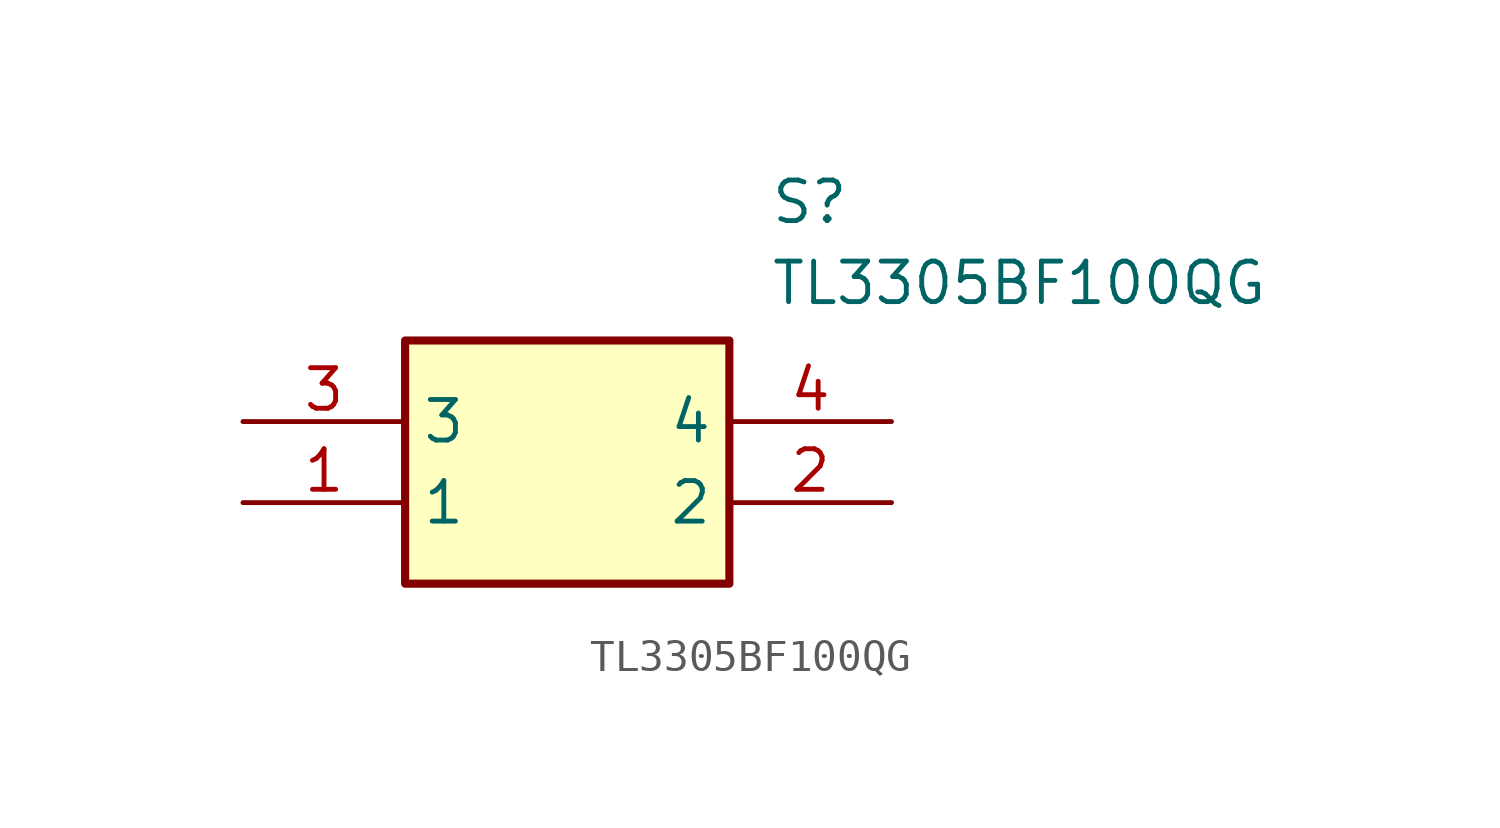
<source format=kicad_sym>
(kicad_symbol_lib
  (version 20211014)
  (generator SamacSys_ECAD_Model)
  (symbol "TL3305BF100QG"
    (property "Reference" "S"
      (at 16.51 7.62 0)
      (effects (font (size 1.27 1.27)) (justify left top)))
    (property "Value" "TL3305BF100QG"
      (at 16.51 5.08 0)
      (effects (font (size 1.27 1.27)) (justify left top)))
    (rectangle
      (start 5.08 2.54)
      (end 15.24 -5.08)
      (stroke (width 0.254) (type default))
      (fill (type background)))
    (pin passive line
      (at 0 -2.54 0)
      (length 5.08)
      (name "1" (effects (font (size 1.27 1.27))))
      (number "1" (effects (font (size 1.27 1.27)))))
    (pin passive line
      (at 20.32 -2.54 180)
      (length 5.08)
      (name "2" (effects (font (size 1.27 1.27))))
      (number "2" (effects (font (size 1.27 1.27)))))
    (pin passive line
      (at 0 0 0)
      (length 5.08)
      (name "3" (effects (font (size 1.27 1.27))))
      (number "3" (effects (font (size 1.27 1.27)))))
    (pin passive line
      (at 20.32 0 180)
      (length 5.08)
      (name "4" (effects (font (size 1.27 1.27))))
      (number "4" (effects (font (size 1.27 1.27)))))))
</source>
